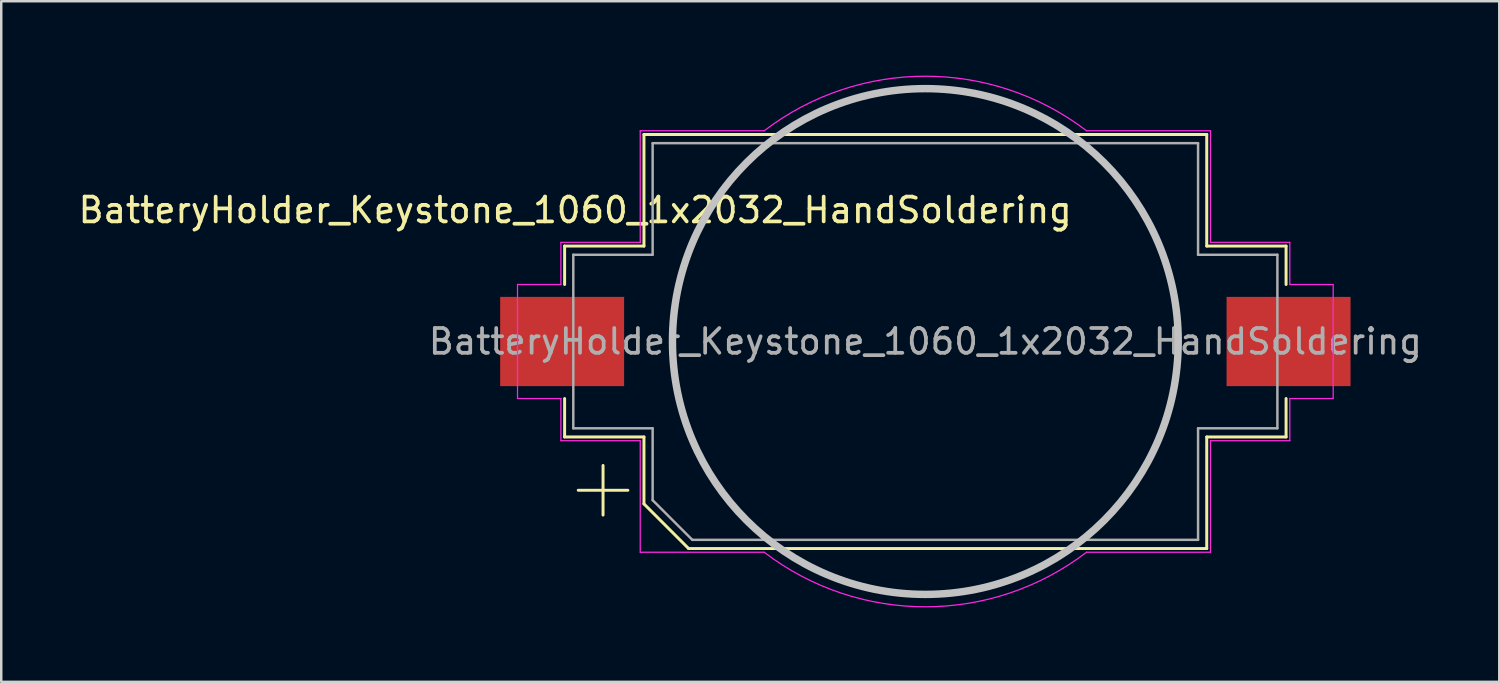
<source format=kicad_pcb>
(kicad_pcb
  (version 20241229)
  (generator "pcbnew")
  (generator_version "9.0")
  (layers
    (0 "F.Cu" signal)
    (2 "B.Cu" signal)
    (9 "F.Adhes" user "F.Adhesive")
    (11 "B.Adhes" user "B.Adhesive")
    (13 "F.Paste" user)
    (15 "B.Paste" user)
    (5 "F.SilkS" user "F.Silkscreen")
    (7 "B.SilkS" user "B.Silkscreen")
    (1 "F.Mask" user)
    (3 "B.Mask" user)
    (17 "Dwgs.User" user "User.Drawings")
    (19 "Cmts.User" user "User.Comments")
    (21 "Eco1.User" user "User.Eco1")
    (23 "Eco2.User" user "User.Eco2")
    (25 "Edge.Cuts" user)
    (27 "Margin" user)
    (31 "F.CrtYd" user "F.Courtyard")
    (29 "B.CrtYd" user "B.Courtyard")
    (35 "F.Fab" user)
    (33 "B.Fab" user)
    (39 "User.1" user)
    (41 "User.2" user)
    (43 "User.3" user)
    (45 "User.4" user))
  (footprint "BatteryHolder_Keystone_1060_1x2032_HandSoldering"
    (layer "F.Cu")
    (at 34.274 10.725)
    (property "Reference" "BatteryHolder_Keystone_1060_1x2032_HandSoldering" (at -14.125 -5.3 0) (layer "F.SilkS") (effects (font (size 1 1) (thickness 0.15))))
    (attr smd)
    (fp_line (start -14.55 -3.85) (end -14.55 -2.3) (stroke (width 0.12) (type solid)) (layer "F.SilkS"))
    (fp_line (start -14.55 3.85) (end -14.55 2.3) (stroke (width 0.12) (type solid)) (layer "F.SilkS"))
    (fp_line (start -13 5) (end -13 7) (stroke (width 0.12) (type solid)) (layer "F.SilkS"))
    (fp_line (start -12 6) (end -14 6) (stroke (width 0.12) (type solid)) (layer "F.SilkS"))
    (fp_line (start -11.35 -8.35) (end -11.35 -3.85) (stroke (width 0.12) (type solid)) (layer "F.SilkS"))
    (fp_line (start -11.35 -8.35) (end 11.35 -8.35) (stroke (width 0.12) (type solid)) (layer "F.SilkS"))
    (fp_line (start -11.35 -3.85) (end -14.55 -3.85) (stroke (width 0.12) (type solid)) (layer "F.SilkS"))
    (fp_line (start -11.35 3.85) (end -14.55 3.85) (stroke (width 0.12) (type solid)) (layer "F.SilkS"))
    (fp_line (start -11.35 6.55) (end -11.35 3.85) (stroke (width 0.12) (type solid)) (layer "F.SilkS"))
    (fp_line (start -9.55 8.35) (end -11.35 6.55) (stroke (width 0.12) (type solid)) (layer "F.SilkS"))
    (fp_line (start 11.35 -8.35) (end 11.35 -3.85) (stroke (width 0.12) (type solid)) (layer "F.SilkS"))
    (fp_line (start 11.35 -3.85) (end 14.55 -3.85) (stroke (width 0.12) (type solid)) (layer "F.SilkS"))
    (fp_line (start 11.35 3.85) (end 14.55 3.85) (stroke (width 0.12) (type solid)) (layer "F.SilkS"))
    (fp_line (start 11.35 8.35) (end -9.55 8.35) (stroke (width 0.12) (type solid)) (layer "F.SilkS"))
    (fp_line (start 11.35 8.35) (end 11.35 3.85) (stroke (width 0.12) (type solid)) (layer "F.SilkS"))
    (fp_line (start 14.55 -3.85) (end 14.55 -2.3) (stroke (width 0.12) (type solid)) (layer "F.SilkS"))
    (fp_line (start 14.55 3.85) (end 14.55 2.3) (stroke (width 0.12) (type solid)) (layer "F.SilkS"))
    (fp_circle (center 0 0) (end -10.2 0) (stroke (width 0.3) (type solid)) (fill no) (layer "Dwgs.User"))
    (fp_line (start -16.45 2.3) (end -16.45 -2.3) (stroke (width 0.05) (type solid)) (layer "F.CrtYd"))
    (fp_line (start -14.7 -4) (end -11.5 -4) (stroke (width 0.05) (type solid)) (layer "F.CrtYd"))
    (fp_line (start -14.7 -2.3) (end -16.45 -2.3) (stroke (width 0.05) (type solid)) (layer "F.CrtYd"))
    (fp_line (start -14.7 -2.3) (end -14.7 -4) (stroke (width 0.05) (type solid)) (layer "F.CrtYd"))
    (fp_line (start -14.7 2.3) (end -16.45 2.3) (stroke (width 0.05) (type solid)) (layer "F.CrtYd"))
    (fp_line (start -14.7 4) (end -14.7 2.3) (stroke (width 0.05) (type solid)) (layer "F.CrtYd"))
    (fp_line (start -14.7 4) (end -11.5 4) (stroke (width 0.05) (type solid)) (layer "F.CrtYd"))
    (fp_line (start -11.5 -8.5) (end -6.5 -8.5) (stroke (width 0.05) (type solid)) (layer "F.CrtYd"))
    (fp_line (start -11.5 -4) (end -11.5 -8.5) (stroke (width 0.05) (type solid)) (layer "F.CrtYd"))
    (fp_line (start -11.5 4) (end -11.5 8.5) (stroke (width 0.05) (type solid)) (layer "F.CrtYd"))
    (fp_line (start -6.5 8.5) (end -11.5 8.5) (stroke (width 0.05) (type solid)) (layer "F.CrtYd"))
    (fp_line (start 11.5 -8.5) (end 6.5 -8.5) (stroke (width 0.05) (type solid)) (layer "F.CrtYd"))
    (fp_line (start 11.5 -8.5) (end 11.5 -4) (stroke (width 0.05) (type solid)) (layer "F.CrtYd"))
    (fp_line (start 11.5 -4) (end 14.7 -4) (stroke (width 0.05) (type solid)) (layer "F.CrtYd"))
    (fp_line (start 11.5 4) (end 11.5 8.5) (stroke (width 0.05) (type solid)) (layer "F.CrtYd"))
    (fp_line (start 11.5 8.5) (end 6.5 8.5) (stroke (width 0.05) (type solid)) (layer "F.CrtYd"))
    (fp_line (start 14.7 -4) (end 14.7 -2.3) (stroke (width 0.05) (type solid)) (layer "F.CrtYd"))
    (fp_line (start 14.7 -2.3) (end 16.45 -2.3) (stroke (width 0.05) (type solid)) (layer "F.CrtYd"))
    (fp_line (start 14.7 2.3) (end 14.7 4) (stroke (width 0.05) (type solid)) (layer "F.CrtYd"))
    (fp_line (start 14.7 4) (end 11.5 4) (stroke (width 0.05) (type solid)) (layer "F.CrtYd"))
    (fp_line (start 16.45 -2.3) (end 16.45 2.3) (stroke (width 0.05) (type solid)) (layer "F.CrtYd"))
    (fp_line (start 16.45 2.3) (end 14.7 2.3) (stroke (width 0.05) (type solid)) (layer "F.CrtYd"))
    (fp_arc (start -6.499999 -8.5) (mid 0 -10.700467) (end 6.5 -8.5) (stroke (width 0.05) (type solid)) (layer "F.CrtYd"))
    (fp_arc (start 6.499999 8.5) (mid 0 10.700467) (end -6.5 8.5) (stroke (width 0.05) (type solid)) (layer "F.CrtYd"))
    (fp_line (start -14.2 -3.5) (end -11 -3.5) (stroke (width 0.1) (type solid)) (layer "F.Fab"))
    (fp_line (start -14.2 3.5) (end -14.2 -3.5) (stroke (width 0.1) (type solid)) (layer "F.Fab"))
    (fp_line (start -11 -8) (end -11 -3.5) (stroke (width 0.1) (type solid)) (layer "F.Fab"))
    (fp_line (start -11 3.5) (end -14.2 3.5) (stroke (width 0.1) (type solid)) (layer "F.Fab"))
    (fp_line (start -11 6.4) (end -11 3.5) (stroke (width 0.1) (type solid)) (layer "F.Fab"))
    (fp_line (start -9.4 8) (end -11 6.4) (stroke (width 0.1) (type solid)) (layer "F.Fab"))
    (fp_line (start 11 -8) (end -11 -8) (stroke (width 0.1) (type solid)) (layer "F.Fab"))
    (fp_line (start 11 -8) (end 11 -3.5) (stroke (width 0.1) (type solid)) (layer "F.Fab"))
    (fp_line (start 11 3.5) (end 14.2 3.5) (stroke (width 0.1) (type solid)) (layer "F.Fab"))
    (fp_line (start 11 8) (end -9.4 8) (stroke (width 0.1) (type solid)) (layer "F.Fab"))
    (fp_line (start 11 8) (end 11 3.5) (stroke (width 0.1) (type solid)) (layer "F.Fab"))
    (fp_line (start 14.2 -3.5) (end 11 -3.5) (stroke (width 0.1) (type solid)) (layer "F.Fab"))
    (fp_line (start 14.2 3.5) (end 14.2 -3.5) (stroke (width 0.1) (type solid)) (layer "F.Fab"))
    (fp_text user "${REFERENCE}" (at 0 0 0) (layer "F.Fab") (effects (font (size 1 1) (thickness 0.15))))
    (pad "1" smd rect (at -14.65 0 180) (size 5 3.6) (layers "F.Cu" "F.Mask" "F.Paste"))
    (pad "2" smd rect (at 14.65 0 180) (size 5 3.6) (layers "F.Cu" "F.Mask" "F.Paste")))
  (gr_rect
    (start -3 -3)
    (end 57.423 24.451)
    (stroke (width 0.1) (type default))
    (fill no)
    (layer "Edge.Cuts")))
</source>
